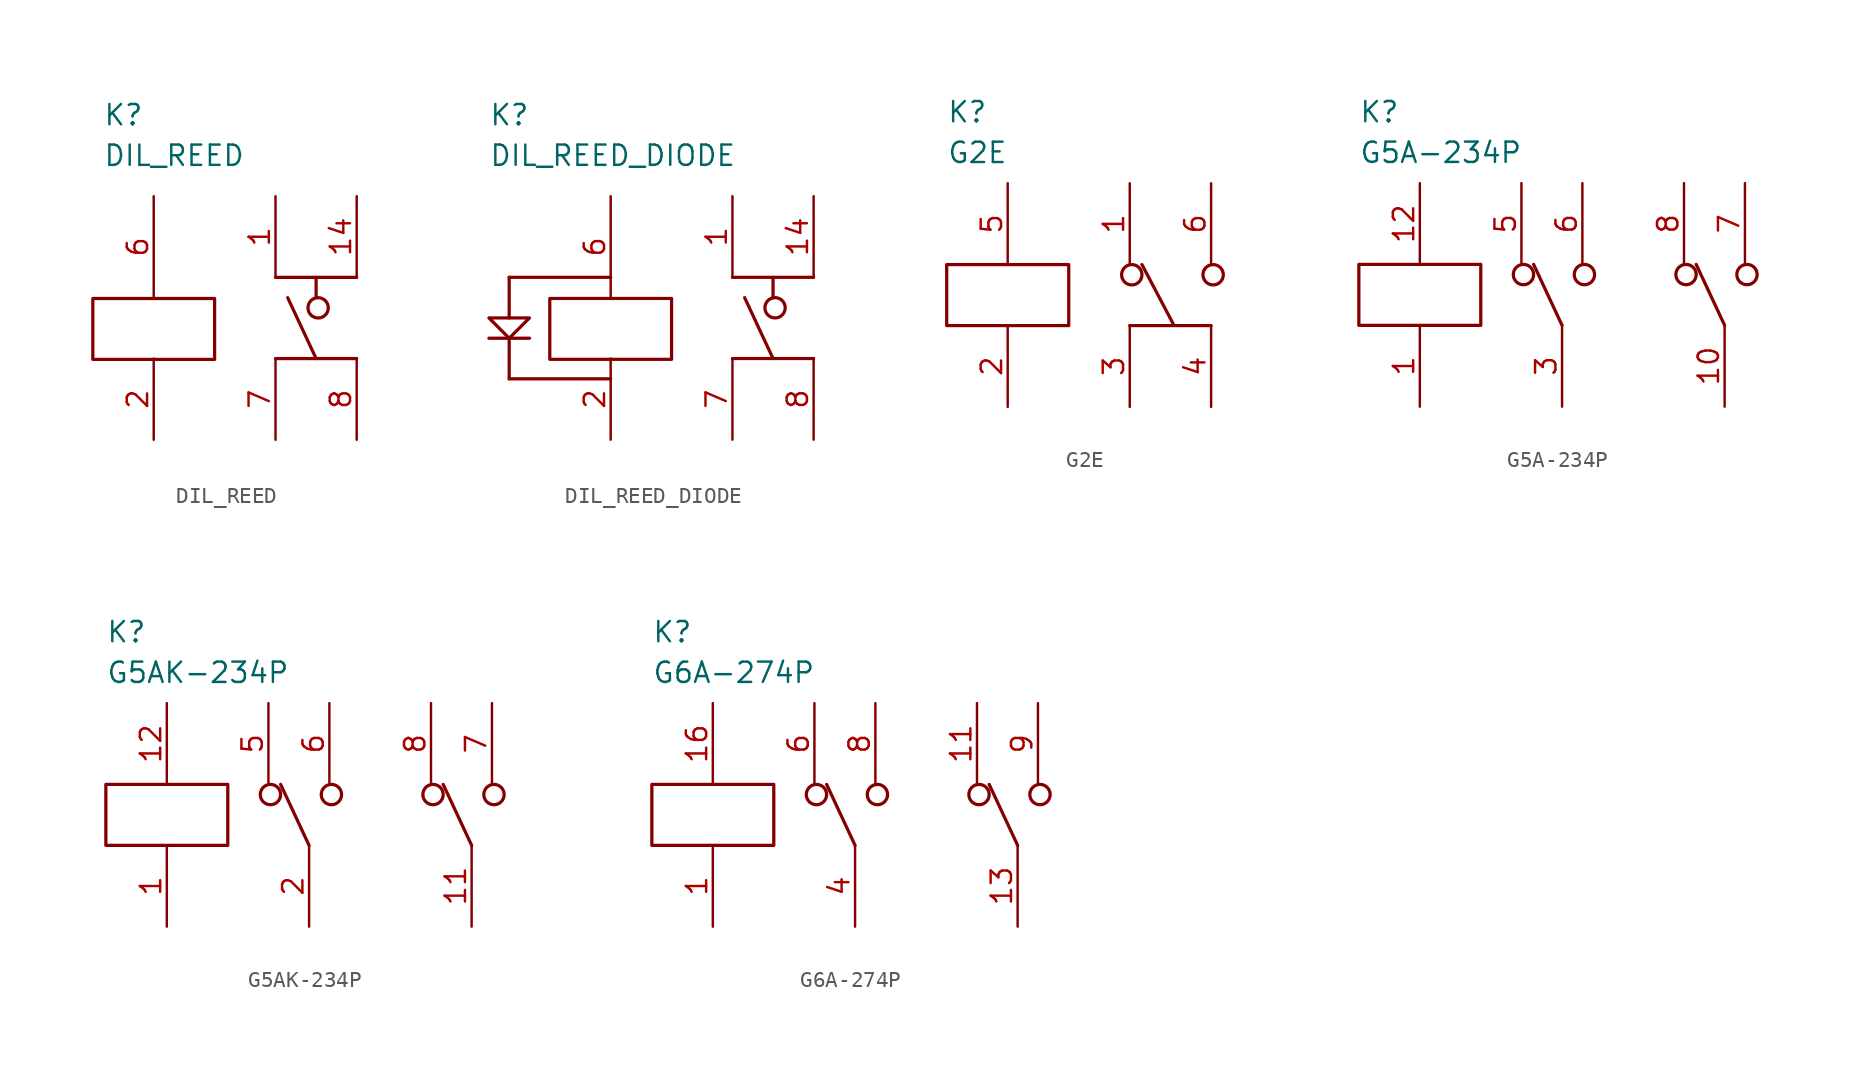
<source format=kicad_sym>
(kicad_symbol_lib
  (version 20211014)
  (generator kicad_symbol_editor)
  (symbol "DIL_REED"
    (property "Reference" "K"
      (at -8.255 12.7 0)
      (effects (font (size 1.27 1.27)) (justify left)))
    (property "Value" "DIL_REED"
      (at -8.255 10.16 0)
      (effects (font (size 1.27 1.27)) (justify left)))
    (property "ki_locked" ""
      (at 0 0 0)
      (effects (font (size 1.27 1.27))))
    (symbol "DIL_REED_0_0"
      (rectangle (start -8.89 1.219) (end -1.27 -2.591) (stroke (width 0.203) (type default) (color 0 0 0 0)) (fill (type none)))
      (polyline (pts (xy 2.54 -2.54) (xy 7.62 -2.54)) (stroke (width 0.203) (type default) (color 0 0 0 0)) (fill (type none)))
      (polyline (pts (xy 2.54 2.54) (xy 7.62 2.54)) (stroke (width 0.203) (type default) (color 0 0 0 0)) (fill (type none)))
      (polyline (pts (xy 3.302 1.27) (xy 5.08 -2.54)) (stroke (width 0.203) (type default) (color 0 0 0 0)) (fill (type none)))
      (polyline (pts (xy 5.08 2.54) (xy 5.08 1.27)) (stroke (width 0.203) (type default) (color 0 0 0 0)) (fill (type none)))
      (circle (center 5.207 0.635) (radius 0.635) (stroke (width 0.203) (type default) (color 0 0 0 0)) (fill (type none))))
    (symbol "DIL_REED_1_0"
      (pin unspecified line (at 2.54 7.62 270) (length 5.08) (name "~" (effects (font (size 1.27 1.27)))) (number "1" (effects (font (size 1.27 1.27)))))
      (pin unspecified line (at 7.62 7.62 270) (length 5.08) (name "~" (effects (font (size 1.27 1.27)))) (number "14" (effects (font (size 1.27 1.27)))))
      (pin unspecified line (at -5.08 -7.62 90) (length 5.08) (name "~" (effects (font (size 1.27 1.27)))) (number "2" (effects (font (size 1.27 1.27)))))
      (pin unspecified line (at -5.08 7.62 270) (length 6.35) (name "~" (effects (font (size 1.27 1.27)))) (number "6" (effects (font (size 1.27 1.27)))))
      (pin unspecified line (at 2.54 -7.62 90) (length 5.08) (name "~" (effects (font (size 1.27 1.27)))) (number "7" (effects (font (size 1.27 1.27)))))
      (pin unspecified line (at 7.62 -7.62 90) (length 5.08) (name "~" (effects (font (size 1.27 1.27)))) (number "8" (effects (font (size 1.27 1.27)))))))
  (symbol "DIL_REED_DIODE"
    (property "Reference" "K"
      (at -10.16 12.7 0)
      (effects (font (size 1.27 1.27)) (justify left)))
    (property "Value" "DIL_REED_DIODE"
      (at -10.16 10.16 0)
      (effects (font (size 1.27 1.27)) (justify left)))
    (property "ki_locked" ""
      (at 0 0 0)
      (effects (font (size 1.27 1.27))))
    (symbol "DIL_REED_DIODE_0_0"
      (rectangle (start -6.35 1.219) (end 1.27 -2.591) (stroke (width 0.203) (type default) (color 0 0 0 0)) (fill (type none)))
      (polyline (pts (xy -10.16 -1.27) (xy -7.62 -1.27)) (stroke (width 0.203) (type default) (color 0 0 0 0)) (fill (type none)))
      (polyline (pts (xy -8.89 -3.81) (xy -2.54 -3.81)) (stroke (width 0.203) (type default) (color 0 0 0 0)) (fill (type none)))
      (polyline (pts (xy -8.89 -1.27) (xy -8.89 -3.81)) (stroke (width 0.203) (type default) (color 0 0 0 0)) (fill (type none)))
      (polyline (pts (xy -8.89 2.54) (xy -8.89 0)) (stroke (width 0.203) (type default) (color 0 0 0 0)) (fill (type none)))
      (polyline (pts (xy -8.89 2.54) (xy -2.54 2.54)) (stroke (width 0.203) (type default) (color 0 0 0 0)) (fill (type none)))
      (polyline (pts (xy 5.08 -2.54) (xy 10.16 -2.54)) (stroke (width 0.203) (type default) (color 0 0 0 0)) (fill (type none)))
      (polyline (pts (xy 5.08 2.54) (xy 10.16 2.54)) (stroke (width 0.203) (type default) (color 0 0 0 0)) (fill (type none)))
      (polyline (pts (xy 5.842 1.27) (xy 7.62 -2.54)) (stroke (width 0.203) (type default) (color 0 0 0 0)) (fill (type none)))
      (polyline (pts (xy 7.62 2.54) (xy 7.62 1.27)) (stroke (width 0.203) (type default) (color 0 0 0 0)) (fill (type none)))
      (polyline (pts (xy -10.16 0) (xy -7.62 0) (xy -8.89 -1.27) (xy -10.16 0)) (stroke (width 0.203) (type default) (color 0 0 0 0)) (fill (type none)))
      (circle (center 7.747 0.635) (radius 0.635) (stroke (width 0.203) (type default) (color 0 0 0 0)) (fill (type none))))
    (symbol "DIL_REED_DIODE_1_0"
      (pin unspecified line (at 5.08 7.62 270) (length 5.08) (name "~" (effects (font (size 1.27 1.27)))) (number "1" (effects (font (size 1.27 1.27)))))
      (pin unspecified line (at 10.16 7.62 270) (length 5.08) (name "~" (effects (font (size 1.27 1.27)))) (number "14" (effects (font (size 1.27 1.27)))))
      (pin unspecified line (at -2.54 -7.62 90) (length 5.08) (name "~" (effects (font (size 1.27 1.27)))) (number "2" (effects (font (size 1.27 1.27)))))
      (pin unspecified line (at -2.54 7.62 270) (length 6.35) (name "~" (effects (font (size 1.27 1.27)))) (number "6" (effects (font (size 1.27 1.27)))))
      (pin unspecified line (at 5.08 -7.62 90) (length 5.08) (name "~" (effects (font (size 1.27 1.27)))) (number "7" (effects (font (size 1.27 1.27)))))
      (pin unspecified line (at 10.16 -7.62 90) (length 5.08) (name "~" (effects (font (size 1.27 1.27)))) (number "8" (effects (font (size 1.27 1.27)))))))
  (symbol "G2E"
    (property "Reference" "K"
      (at -8.89 12.065 0)
      (effects (font (size 1.27 1.27)) (justify left)))
    (property "Value" "G2E"
      (at -8.89 9.525 0)
      (effects (font (size 1.27 1.27)) (justify left)))
    (property "ki_locked" ""
      (at 0 0 0)
      (effects (font (size 1.27 1.27))))
    (symbol "G2E_0_0"
      (rectangle (start -8.89 2.54) (end -1.27 -1.27) (stroke (width 0.203) (type default) (color 0 0 0 0)) (fill (type none)))
      (polyline (pts (xy 2.54 -1.27) (xy 7.62 -1.27)) (stroke (width 0.203) (type default) (color 0 0 0 0)) (fill (type none)))
      (polyline (pts (xy 3.302 2.54) (xy 5.283 -1.219)) (stroke (width 0.203) (type default) (color 0 0 0 0)) (fill (type none)))
      (circle (center 2.667 1.905) (radius 0.635) (stroke (width 0.203) (type default) (color 0 0 0 0)) (fill (type none)))
      (circle (center 7.747 1.905) (radius 0.635) (stroke (width 0.203) (type default) (color 0 0 0 0)) (fill (type none))))
    (symbol "G2E_1_0"
      (pin unspecified line (at 2.54 7.62 270) (length 5.08) (name "~" (effects (font (size 1.27 1.27)))) (number "1" (effects (font (size 1.27 1.27)))))
      (pin unspecified line (at -5.08 -6.35 90) (length 5.08) (name "~" (effects (font (size 1.27 1.27)))) (number "2" (effects (font (size 1.27 1.27)))))
      (pin unspecified line (at 2.54 -6.35 90) (length 5.08) (name "~" (effects (font (size 1.27 1.27)))) (number "3" (effects (font (size 1.27 1.27)))))
      (pin unspecified line (at 7.62 -6.35 90) (length 5.08) (name "~" (effects (font (size 1.27 1.27)))) (number "4" (effects (font (size 1.27 1.27)))))
      (pin unspecified line (at -5.08 7.62 270) (length 5.08) (name "~" (effects (font (size 1.27 1.27)))) (number "5" (effects (font (size 1.27 1.27)))))
      (pin unspecified line (at 7.62 7.62 270) (length 5.08) (name "~" (effects (font (size 1.27 1.27)))) (number "6" (effects (font (size 1.27 1.27)))))))
  (symbol "G5A-234P"
    (property "Reference" "K"
      (at -12.7 12.065 0)
      (effects (font (size 1.27 1.27)) (justify left)))
    (property "Value" "G5A-234P"
      (at -12.7 9.525 0)
      (effects (font (size 1.27 1.27)) (justify left)))
    (property "ki_locked" ""
      (at 0 0 0)
      (effects (font (size 1.27 1.27))))
    (symbol "G5A-234P_0_0"
      (rectangle (start -12.7 2.54) (end -5.08 -1.27) (stroke (width 0.203) (type default) (color 0 0 0 0)) (fill (type none)))
      (circle (center -2.413 1.905) (radius 0.635) (stroke (width 0.203) (type default) (color 0 0 0 0)) (fill (type none)))
      (polyline (pts (xy -1.778 2.54) (xy 0 -1.27)) (stroke (width 0.203) (type default) (color 0 0 0 0)) (fill (type none)))
      (polyline (pts (xy 8.382 2.54) (xy 10.16 -1.27)) (stroke (width 0.203) (type default) (color 0 0 0 0)) (fill (type none)))
      (circle (center 1.397 1.905) (radius 0.635) (stroke (width 0.203) (type default) (color 0 0 0 0)) (fill (type none)))
      (circle (center 7.747 1.905) (radius 0.635) (stroke (width 0.203) (type default) (color 0 0 0 0)) (fill (type none)))
      (circle (center 11.557 1.905) (radius 0.635) (stroke (width 0.203) (type default) (color 0 0 0 0)) (fill (type none))))
    (symbol "G5A-234P_1_0"
      (pin unspecified line (at -8.89 -6.35 90) (length 5.08) (name "~" (effects (font (size 1.27 1.27)))) (number "1" (effects (font (size 1.27 1.27)))))
      (pin unspecified line (at 10.16 -6.35 90) (length 5.08) (name "~" (effects (font (size 1.27 1.27)))) (number "10" (effects (font (size 1.27 1.27)))))
      (pin unspecified line (at -8.89 7.62 270) (length 5.08) (name "~" (effects (font (size 1.27 1.27)))) (number "12" (effects (font (size 1.27 1.27)))))
      (pin unspecified line (at 0 -6.35 90) (length 5.08) (name "~" (effects (font (size 1.27 1.27)))) (number "3" (effects (font (size 1.27 1.27)))))
      (pin unspecified line (at -2.54 7.62 270) (length 5.08) (name "~" (effects (font (size 1.27 1.27)))) (number "5" (effects (font (size 1.27 1.27)))))
      (pin unspecified line (at 1.27 7.62 270) (length 5.08) (name "~" (effects (font (size 1.27 1.27)))) (number "6" (effects (font (size 1.27 1.27)))))
      (pin unspecified line (at 11.43 7.62 270) (length 5.08) (name "~" (effects (font (size 1.27 1.27)))) (number "7" (effects (font (size 1.27 1.27)))))
      (pin unspecified line (at 7.62 7.62 270) (length 5.08) (name "~" (effects (font (size 1.27 1.27)))) (number "8" (effects (font (size 1.27 1.27)))))))
  (symbol "G5AK-234P"
    (property "Reference" "K"
      (at -12.7 12.065 0)
      (effects (font (size 1.27 1.27)) (justify left)))
    (property "Value" "G5AK-234P"
      (at -12.7 9.525 0)
      (effects (font (size 1.27 1.27)) (justify left)))
    (property "ki_locked" ""
      (at 0 0 0)
      (effects (font (size 1.27 1.27))))
    (symbol "G5AK-234P_0_0"
      (rectangle (start -12.7 2.54) (end -5.08 -1.27) (stroke (width 0.203) (type default) (color 0 0 0 0)) (fill (type none)))
      (circle (center -2.413 1.905) (radius 0.635) (stroke (width 0.203) (type default) (color 0 0 0 0)) (fill (type none)))
      (polyline (pts (xy -1.778 2.54) (xy 0 -1.27)) (stroke (width 0.203) (type default) (color 0 0 0 0)) (fill (type none)))
      (polyline (pts (xy 8.382 2.54) (xy 10.16 -1.27)) (stroke (width 0.203) (type default) (color 0 0 0 0)) (fill (type none)))
      (circle (center 1.397 1.905) (radius 0.635) (stroke (width 0.203) (type default) (color 0 0 0 0)) (fill (type none)))
      (circle (center 7.747 1.905) (radius 0.635) (stroke (width 0.203) (type default) (color 0 0 0 0)) (fill (type none)))
      (circle (center 11.557 1.905) (radius 0.635) (stroke (width 0.203) (type default) (color 0 0 0 0)) (fill (type none))))
    (symbol "G5AK-234P_1_0"
      (pin unspecified line (at -8.89 -6.35 90) (length 5.08) (name "~" (effects (font (size 1.27 1.27)))) (number "1" (effects (font (size 1.27 1.27)))))
      (pin unspecified line (at 10.16 -6.35 90) (length 5.08) (name "~" (effects (font (size 1.27 1.27)))) (number "11" (effects (font (size 1.27 1.27)))))
      (pin unspecified line (at -8.89 7.62 270) (length 5.08) (name "~" (effects (font (size 1.27 1.27)))) (number "12" (effects (font (size 1.27 1.27)))))
      (pin unspecified line (at 0 -6.35 90) (length 5.08) (name "~" (effects (font (size 1.27 1.27)))) (number "2" (effects (font (size 1.27 1.27)))))
      (pin unspecified line (at -2.54 7.62 270) (length 5.08) (name "~" (effects (font (size 1.27 1.27)))) (number "5" (effects (font (size 1.27 1.27)))))
      (pin unspecified line (at 1.27 7.62 270) (length 5.08) (name "~" (effects (font (size 1.27 1.27)))) (number "6" (effects (font (size 1.27 1.27)))))
      (pin unspecified line (at 11.43 7.62 270) (length 5.08) (name "~" (effects (font (size 1.27 1.27)))) (number "7" (effects (font (size 1.27 1.27)))))
      (pin unspecified line (at 7.62 7.62 270) (length 5.08) (name "~" (effects (font (size 1.27 1.27)))) (number "8" (effects (font (size 1.27 1.27)))))))
  (symbol "G6A-274P"
    (property "Reference" "K"
      (at -12.7 12.065 0)
      (effects (font (size 1.27 1.27)) (justify left)))
    (property "Value" "G6A-274P"
      (at -12.7 9.525 0)
      (effects (font (size 1.27 1.27)) (justify left)))
    (property "ki_locked" ""
      (at 0 0 0)
      (effects (font (size 1.27 1.27))))
    (symbol "G6A-274P_0_0"
      (rectangle (start -12.7 2.54) (end -5.08 -1.27) (stroke (width 0.203) (type default) (color 0 0 0 0)) (fill (type none)))
      (circle (center -2.413 1.905) (radius 0.635) (stroke (width 0.203) (type default) (color 0 0 0 0)) (fill (type none)))
      (polyline (pts (xy -1.778 2.54) (xy 0 -1.27)) (stroke (width 0.203) (type default) (color 0 0 0 0)) (fill (type none)))
      (polyline (pts (xy 8.382 2.54) (xy 10.16 -1.27)) (stroke (width 0.203) (type default) (color 0 0 0 0)) (fill (type none)))
      (circle (center 1.397 1.905) (radius 0.635) (stroke (width 0.203) (type default) (color 0 0 0 0)) (fill (type none)))
      (circle (center 7.747 1.905) (radius 0.635) (stroke (width 0.203) (type default) (color 0 0 0 0)) (fill (type none)))
      (circle (center 11.557 1.905) (radius 0.635) (stroke (width 0.203) (type default) (color 0 0 0 0)) (fill (type none))))
    (symbol "G6A-274P_1_0"
      (pin unspecified line (at -8.89 -6.35 90) (length 5.08) (name "~" (effects (font (size 1.27 1.27)))) (number "1" (effects (font (size 1.27 1.27)))))
      (pin unspecified line (at 7.62 7.62 270) (length 5.08) (name "~" (effects (font (size 1.27 1.27)))) (number "11" (effects (font (size 1.27 1.27)))))
      (pin unspecified line (at 10.16 -6.35 90) (length 5.08) (name "~" (effects (font (size 1.27 1.27)))) (number "13" (effects (font (size 1.27 1.27)))))
      (pin unspecified line (at -8.89 7.62 270) (length 5.08) (name "~" (effects (font (size 1.27 1.27)))) (number "16" (effects (font (size 1.27 1.27)))))
      (pin unspecified line (at 0 -6.35 90) (length 5.08) (name "~" (effects (font (size 1.27 1.27)))) (number "4" (effects (font (size 1.27 1.27)))))
      (pin unspecified line (at -2.54 7.62 270) (length 5.08) (name "~" (effects (font (size 1.27 1.27)))) (number "6" (effects (font (size 1.27 1.27)))))
      (pin unspecified line (at 1.27 7.62 270) (length 5.08) (name "~" (effects (font (size 1.27 1.27)))) (number "8" (effects (font (size 1.27 1.27)))))
      (pin unspecified line (at 11.43 7.62 270) (length 5.08) (name "~" (effects (font (size 1.27 1.27)))) (number "9" (effects (font (size 1.27 1.27))))))))
</source>
